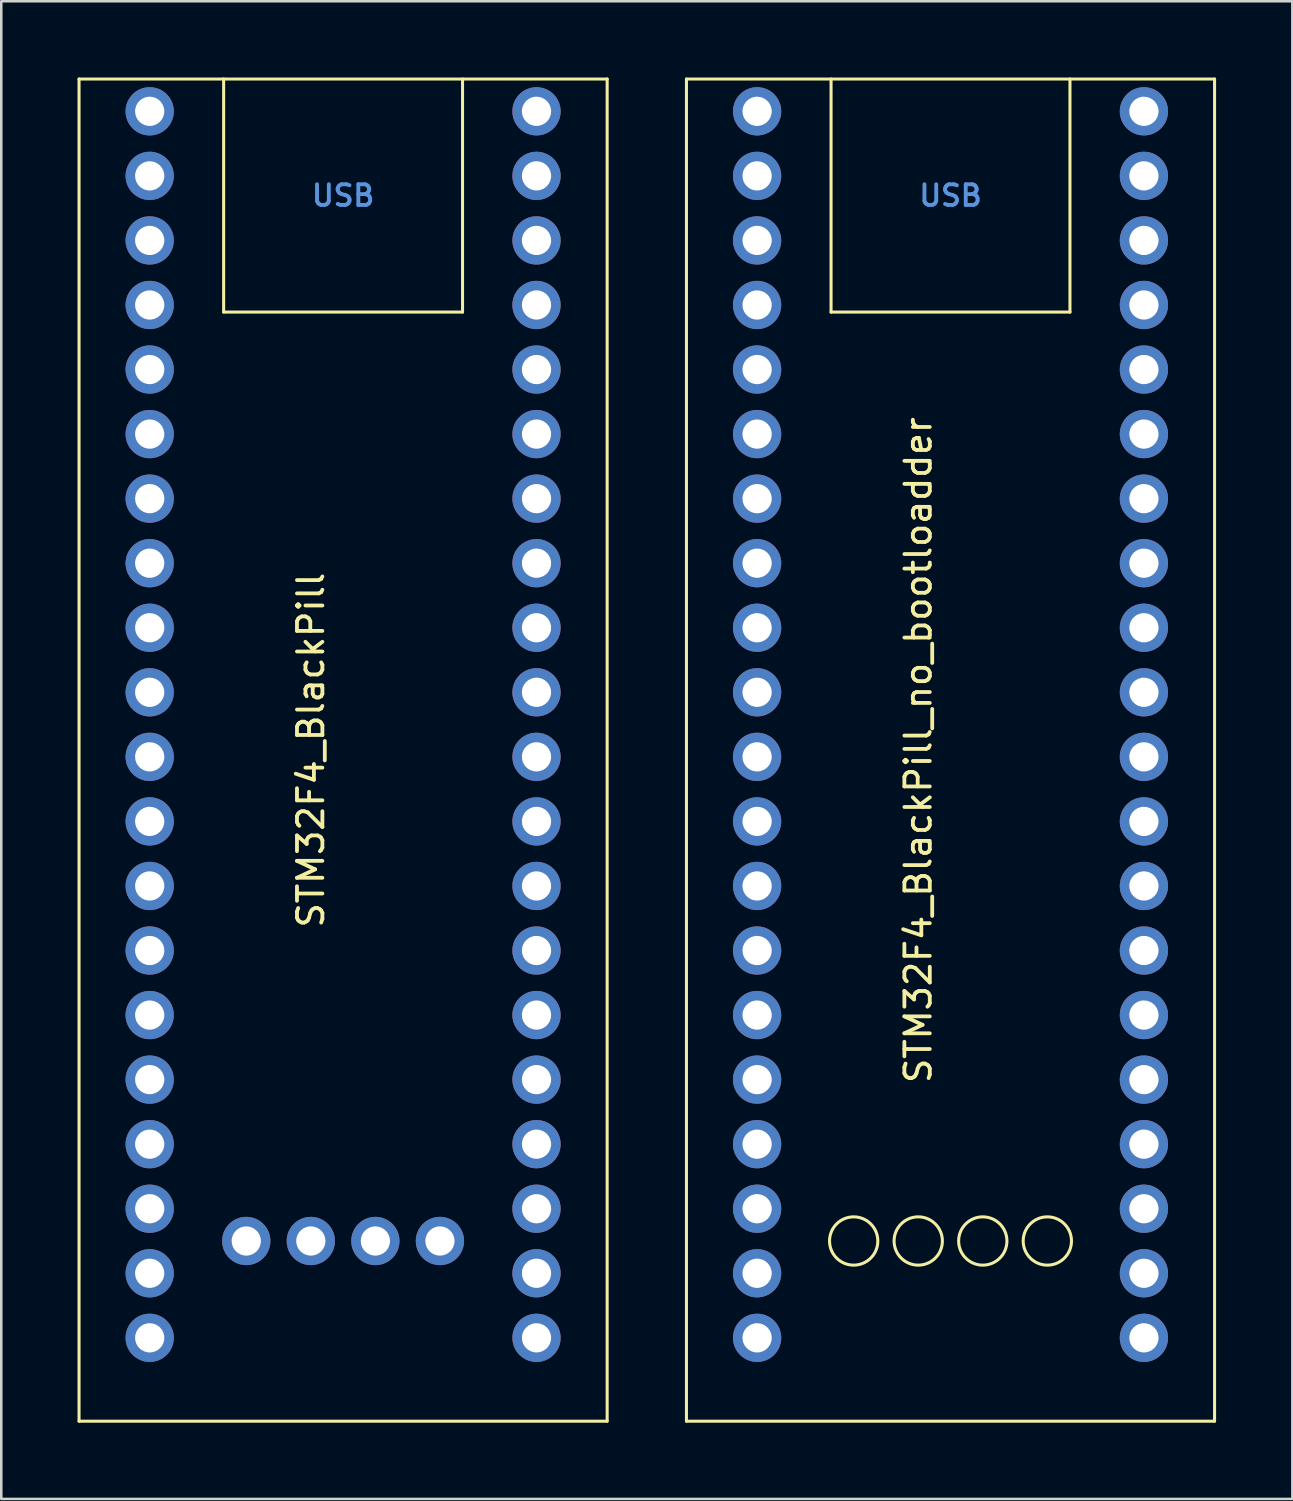
<source format=kicad_pcb>
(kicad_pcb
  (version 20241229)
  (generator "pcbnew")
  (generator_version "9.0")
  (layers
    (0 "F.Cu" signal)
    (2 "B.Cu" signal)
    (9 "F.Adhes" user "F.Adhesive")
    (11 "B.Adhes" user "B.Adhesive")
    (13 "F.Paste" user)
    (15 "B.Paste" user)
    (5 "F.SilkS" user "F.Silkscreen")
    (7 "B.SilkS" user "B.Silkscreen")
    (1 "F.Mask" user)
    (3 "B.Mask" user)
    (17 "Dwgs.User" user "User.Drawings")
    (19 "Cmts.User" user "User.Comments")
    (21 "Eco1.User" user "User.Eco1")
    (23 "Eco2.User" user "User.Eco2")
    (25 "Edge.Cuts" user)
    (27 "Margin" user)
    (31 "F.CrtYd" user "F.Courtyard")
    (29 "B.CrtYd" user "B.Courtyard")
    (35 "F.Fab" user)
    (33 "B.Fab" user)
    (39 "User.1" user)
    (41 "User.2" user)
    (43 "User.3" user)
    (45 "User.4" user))
  (footprint "STM32F4_BlackPill"
    (layer "F.Cu")
    (at 10.45 26.465)
    (property "Reference" "STM32F4_BlackPill" (at -1.27 0 90) (layer "F.SilkS") (effects (font (size 1 1) (thickness 0.15))))
    (attr through_hole)
    (fp_line (start -10.39 26.405) (end -10.39 -26.405) (stroke (width 0.12) (type solid)) (layer "F.SilkS"))
    (fp_line (start -4.7 -26.405) (end -4.7 -17.235) (stroke (width 0.12) (type solid)) (layer "F.SilkS"))
    (fp_line (start -4.7 -17.235) (end 4.7 -17.235) (stroke (width 0.12) (type solid)) (layer "F.SilkS"))
    (fp_line (start 4.7 -26.405) (end 4.7 -17.235) (stroke (width 0.12) (type solid)) (layer "F.SilkS"))
    (fp_line (start 10.39 -26.405) (end -10.39 -26.405) (stroke (width 0.12) (type solid)) (layer "F.SilkS"))
    (fp_line (start 10.39 26.405) (end -10.39 26.405) (stroke (width 0.12) (type solid)) (layer "F.SilkS"))
    (fp_line (start 10.39 26.405) (end 10.39 -26.405) (stroke (width 0.12) (type solid)) (layer "F.SilkS"))
    (fp_text user "USB" (at 0 -21.82 0) (layer "Cmts.User") (effects (font (size 0.813 0.813) (thickness 0.152))))
    (pad "1" thru_hole circle (at -7.61 -25.135) (size 1.9 1.9) (drill 1.15) (layers "*.Cu" "*.Mask"))
    (pad "2" thru_hole circle (at -7.61 -22.595) (size 1.9 1.9) (drill 1.15) (layers "*.Cu" "*.Mask"))
    (pad "3" thru_hole circle (at -7.61 -20.055) (size 1.9 1.9) (drill 1.15) (layers "*.Cu" "*.Mask"))
    (pad "4" thru_hole circle (at -7.61 -17.515) (size 1.9 1.9) (drill 1.15) (layers "*.Cu" "*.Mask"))
    (pad "5" thru_hole circle (at -7.61 -14.975) (size 1.9 1.9) (drill 1.15) (layers "*.Cu" "*.Mask"))
    (pad "6" thru_hole circle (at -7.61 -12.435) (size 1.9 1.9) (drill 1.15) (layers "*.Cu" "*.Mask"))
    (pad "7" thru_hole circle (at -7.61 -9.895) (size 1.9 1.9) (drill 1.15) (layers "*.Cu" "*.Mask"))
    (pad "8" thru_hole circle (at -7.61 -7.355) (size 1.9 1.9) (drill 1.15) (layers "*.Cu" "*.Mask"))
    (pad "9" thru_hole circle (at -7.61 -4.815) (size 1.9 1.9) (drill 1.15) (layers "*.Cu" "*.Mask"))
    (pad "10" thru_hole circle (at -7.61 -2.275) (size 1.9 1.9) (drill 1.15) (layers "*.Cu" "*.Mask"))
    (pad "11" thru_hole circle (at -7.61 0.265) (size 1.9 1.9) (drill 1.15) (layers "*.Cu" "*.Mask"))
    (pad "12" thru_hole circle (at -7.61 2.805) (size 1.9 1.9) (drill 1.15) (layers "*.Cu" "*.Mask"))
    (pad "13" thru_hole circle (at -7.61 5.345) (size 1.9 1.9) (drill 1.15) (layers "*.Cu" "*.Mask"))
    (pad "14" thru_hole circle (at -7.61 7.885) (size 1.9 1.9) (drill 1.15) (layers "*.Cu" "*.Mask"))
    (pad "15" thru_hole circle (at -7.61 10.425) (size 1.9 1.9) (drill 1.15) (layers "*.Cu" "*.Mask"))
    (pad "16" thru_hole circle (at -7.61 12.965) (size 1.9 1.9) (drill 1.15) (layers "*.Cu" "*.Mask"))
    (pad "17" thru_hole circle (at -7.61 15.505) (size 1.9 1.9) (drill 1.15) (layers "*.Cu" "*.Mask"))
    (pad "18" thru_hole circle (at -7.61 18.045) (size 1.9 1.9) (drill 1.15) (layers "*.Cu" "*.Mask"))
    (pad "19" thru_hole circle (at -7.61 20.585) (size 1.9 1.9) (drill 1.15) (layers "*.Cu" "*.Mask"))
    (pad "20" thru_hole circle (at -7.61 23.125) (size 1.9 1.9) (drill 1.15) (layers "*.Cu" "*.Mask"))
    (pad "21" thru_hole circle (at 7.61 23.125) (size 1.9 1.9) (drill 1.15) (layers "*.Cu" "*.Mask"))
    (pad "22" thru_hole circle (at 7.61 20.585) (size 1.9 1.9) (drill 1.15) (layers "*.Cu" "*.Mask"))
    (pad "23" thru_hole circle (at 7.61 18.045) (size 1.9 1.9) (drill 1.15) (layers "*.Cu" "*.Mask"))
    (pad "24" thru_hole circle (at 7.61 15.505) (size 1.9 1.9) (drill 1.15) (layers "*.Cu" "*.Mask"))
    (pad "25" thru_hole circle (at 7.61 12.965) (size 1.9 1.9) (drill 1.15) (layers "*.Cu" "*.Mask"))
    (pad "26" thru_hole circle (at 7.61 10.425) (size 1.9 1.9) (drill 1.15) (layers "*.Cu" "*.Mask"))
    (pad "27" thru_hole circle (at 7.61 7.885) (size 1.9 1.9) (drill 1.15) (layers "*.Cu" "*.Mask"))
    (pad "28" thru_hole circle (at 7.61 5.345) (size 1.9 1.9) (drill 1.15) (layers "*.Cu" "*.Mask"))
    (pad "29" thru_hole circle (at 7.61 2.805) (size 1.9 1.9) (drill 1.15) (layers "*.Cu" "*.Mask"))
    (pad "30" thru_hole circle (at 7.61 0.265) (size 1.9 1.9) (drill 1.15) (layers "*.Cu" "*.Mask"))
    (pad "31" thru_hole circle (at 7.61 -2.275) (size 1.9 1.9) (drill 1.15) (layers "*.Cu" "*.Mask"))
    (pad "32" thru_hole circle (at 7.61 -4.815) (size 1.9 1.9) (drill 1.15) (layers "*.Cu" "*.Mask"))
    (pad "33" thru_hole circle (at 7.61 -7.355) (size 1.9 1.9) (drill 1.15) (layers "*.Cu" "*.Mask"))
    (pad "34" thru_hole circle (at 7.61 -9.895) (size 1.9 1.9) (drill 1.15) (layers "*.Cu" "*.Mask"))
    (pad "35" thru_hole circle (at 7.61 -12.435) (size 1.9 1.9) (drill 1.15) (layers "*.Cu" "*.Mask"))
    (pad "36" thru_hole circle (at 7.61 -14.975) (size 1.9 1.9) (drill 1.15) (layers "*.Cu" "*.Mask"))
    (pad "37" thru_hole circle (at 7.61 -17.515) (size 1.9 1.9) (drill 1.15) (layers "*.Cu" "*.Mask"))
    (pad "38" thru_hole circle (at 7.61 -20.055) (size 1.9 1.9) (drill 1.15) (layers "*.Cu" "*.Mask"))
    (pad "39" thru_hole circle (at 7.61 -22.595) (size 1.9 1.9) (drill 1.15) (layers "*.Cu" "*.Mask"))
    (pad "40" thru_hole circle (at 7.61 -25.135) (size 1.9 1.9) (drill 1.15) (layers "*.Cu" "*.Mask"))
    (pad "41" thru_hole circle (at -3.81 19.315) (size 1.9 1.9) (drill 1.15) (layers "*.Cu" "*.Mask"))
    (pad "42" thru_hole circle (at -1.27 19.315) (size 1.9 1.9) (drill 1.15) (layers "*.Cu" "*.Mask"))
    (pad "43" thru_hole circle (at 1.27 19.315) (size 1.9 1.9) (drill 1.15) (layers "*.Cu" "*.Mask"))
    (pad "44" thru_hole circle (at 3.81 19.315) (size 1.9 1.9) (drill 1.15) (layers "*.Cu" "*.Mask")))
  (footprint "STM32F4_BlackPill_no_bootloadder"
    (layer "F.Cu")
    (at 34.35 26.465)
    (property "Reference" "STM32F4_BlackPill_no_bootloadder" (at -1.27 0 90) (layer "F.SilkS") (effects (font (size 1 1) (thickness 0.15))))
    (attr through_hole)
    (fp_line (start -10.39 26.405) (end -10.39 -26.405) (stroke (width 0.12) (type solid)) (layer "F.SilkS"))
    (fp_line (start -4.7 -26.405) (end -4.7 -17.235) (stroke (width 0.12) (type solid)) (layer "F.SilkS"))
    (fp_line (start -4.7 -17.235) (end 4.7 -17.235) (stroke (width 0.12) (type solid)) (layer "F.SilkS"))
    (fp_line (start 4.7 -26.405) (end 4.7 -17.235) (stroke (width 0.12) (type solid)) (layer "F.SilkS"))
    (fp_line (start 10.39 -26.405) (end -10.39 -26.405) (stroke (width 0.12) (type solid)) (layer "F.SilkS"))
    (fp_line (start 10.39 26.405) (end -10.39 26.405) (stroke (width 0.12) (type solid)) (layer "F.SilkS"))
    (fp_line (start 10.39 26.405) (end 10.39 -26.405) (stroke (width 0.12) (type solid)) (layer "F.SilkS"))
    (fp_circle (center -3.81 19.315) (end -2.86 19.315) (stroke (width 0.12) (type solid)) (fill no) (layer "F.SilkS"))
    (fp_circle (center -1.27 19.315) (end -0.32 19.315) (stroke (width 0.12) (type solid)) (fill no) (layer "F.SilkS"))
    (fp_circle (center 1.27 19.315) (end 2.22 19.315) (stroke (width 0.12) (type solid)) (fill no) (layer "F.SilkS"))
    (fp_circle (center 3.81 19.315) (end 4.76 19.315) (stroke (width 0.12) (type solid)) (fill no) (layer "F.SilkS"))
    (fp_text user "USB" (at 0 -21.82 0) (layer "Cmts.User") (effects (font (size 0.813 0.813) (thickness 0.152))))
    (pad "1" thru_hole circle (at -7.61 -25.135) (size 1.9 1.9) (drill 1.15) (layers "*.Cu" "*.Mask"))
    (pad "2" thru_hole circle (at -7.61 -22.595) (size 1.9 1.9) (drill 1.15) (layers "*.Cu" "*.Mask"))
    (pad "3" thru_hole circle (at -7.61 -20.055) (size 1.9 1.9) (drill 1.15) (layers "*.Cu" "*.Mask"))
    (pad "4" thru_hole circle (at -7.61 -17.515) (size 1.9 1.9) (drill 1.15) (layers "*.Cu" "*.Mask"))
    (pad "5" thru_hole circle (at -7.61 -14.975) (size 1.9 1.9) (drill 1.15) (layers "*.Cu" "*.Mask"))
    (pad "6" thru_hole circle (at -7.61 -12.435) (size 1.9 1.9) (drill 1.15) (layers "*.Cu" "*.Mask"))
    (pad "7" thru_hole circle (at -7.61 -9.895) (size 1.9 1.9) (drill 1.15) (layers "*.Cu" "*.Mask"))
    (pad "8" thru_hole circle (at -7.61 -7.355) (size 1.9 1.9) (drill 1.15) (layers "*.Cu" "*.Mask"))
    (pad "9" thru_hole circle (at -7.61 -4.815) (size 1.9 1.9) (drill 1.15) (layers "*.Cu" "*.Mask"))
    (pad "10" thru_hole circle (at -7.61 -2.275) (size 1.9 1.9) (drill 1.15) (layers "*.Cu" "*.Mask"))
    (pad "11" thru_hole circle (at -7.61 0.265) (size 1.9 1.9) (drill 1.15) (layers "*.Cu" "*.Mask"))
    (pad "12" thru_hole circle (at -7.61 2.805) (size 1.9 1.9) (drill 1.15) (layers "*.Cu" "*.Mask"))
    (pad "13" thru_hole circle (at -7.61 5.345) (size 1.9 1.9) (drill 1.15) (layers "*.Cu" "*.Mask"))
    (pad "14" thru_hole circle (at -7.61 7.885) (size 1.9 1.9) (drill 1.15) (layers "*.Cu" "*.Mask"))
    (pad "15" thru_hole circle (at -7.61 10.425) (size 1.9 1.9) (drill 1.15) (layers "*.Cu" "*.Mask"))
    (pad "16" thru_hole circle (at -7.61 12.965) (size 1.9 1.9) (drill 1.15) (layers "*.Cu" "*.Mask"))
    (pad "17" thru_hole circle (at -7.61 15.505) (size 1.9 1.9) (drill 1.15) (layers "*.Cu" "*.Mask"))
    (pad "18" thru_hole circle (at -7.61 18.045) (size 1.9 1.9) (drill 1.15) (layers "*.Cu" "*.Mask"))
    (pad "19" thru_hole circle (at -7.61 20.585) (size 1.9 1.9) (drill 1.15) (layers "*.Cu" "*.Mask"))
    (pad "20" thru_hole circle (at -7.61 23.125) (size 1.9 1.9) (drill 1.15) (layers "*.Cu" "*.Mask"))
    (pad "21" thru_hole circle (at 7.61 23.125) (size 1.9 1.9) (drill 1.15) (layers "*.Cu" "*.Mask"))
    (pad "22" thru_hole circle (at 7.61 20.585) (size 1.9 1.9) (drill 1.15) (layers "*.Cu" "*.Mask"))
    (pad "23" thru_hole circle (at 7.61 18.045) (size 1.9 1.9) (drill 1.15) (layers "*.Cu" "*.Mask"))
    (pad "24" thru_hole circle (at 7.61 15.505) (size 1.9 1.9) (drill 1.15) (layers "*.Cu" "*.Mask"))
    (pad "25" thru_hole circle (at 7.61 12.965) (size 1.9 1.9) (drill 1.15) (layers "*.Cu" "*.Mask"))
    (pad "26" thru_hole circle (at 7.61 10.425) (size 1.9 1.9) (drill 1.15) (layers "*.Cu" "*.Mask"))
    (pad "27" thru_hole circle (at 7.61 7.885) (size 1.9 1.9) (drill 1.15) (layers "*.Cu" "*.Mask"))
    (pad "28" thru_hole circle (at 7.61 5.345) (size 1.9 1.9) (drill 1.15) (layers "*.Cu" "*.Mask"))
    (pad "29" thru_hole circle (at 7.61 2.805) (size 1.9 1.9) (drill 1.15) (layers "*.Cu" "*.Mask"))
    (pad "30" thru_hole circle (at 7.61 0.265) (size 1.9 1.9) (drill 1.15) (layers "*.Cu" "*.Mask"))
    (pad "31" thru_hole circle (at 7.61 -2.275) (size 1.9 1.9) (drill 1.15) (layers "*.Cu" "*.Mask"))
    (pad "32" thru_hole circle (at 7.61 -4.815) (size 1.9 1.9) (drill 1.15) (layers "*.Cu" "*.Mask"))
    (pad "33" thru_hole circle (at 7.61 -7.355) (size 1.9 1.9) (drill 1.15) (layers "*.Cu" "*.Mask"))
    (pad "34" thru_hole circle (at 7.61 -9.895) (size 1.9 1.9) (drill 1.15) (layers "*.Cu" "*.Mask"))
    (pad "35" thru_hole circle (at 7.61 -12.435) (size 1.9 1.9) (drill 1.15) (layers "*.Cu" "*.Mask"))
    (pad "36" thru_hole circle (at 7.61 -14.975) (size 1.9 1.9) (drill 1.15) (layers "*.Cu" "*.Mask"))
    (pad "37" thru_hole circle (at 7.61 -17.515) (size 1.9 1.9) (drill 1.15) (layers "*.Cu" "*.Mask"))
    (pad "38" thru_hole circle (at 7.61 -20.055) (size 1.9 1.9) (drill 1.15) (layers "*.Cu" "*.Mask"))
    (pad "39" thru_hole circle (at 7.61 -22.595) (size 1.9 1.9) (drill 1.15) (layers "*.Cu" "*.Mask"))
    (pad "40" thru_hole circle (at 7.61 -25.135) (size 1.9 1.9) (drill 1.15) (layers "*.Cu" "*.Mask")))
  (gr_rect
    (start -3 -3)
    (end 47.8 55.93)
    (stroke (width 0.1) (type default))
    (fill no)
    (layer "Edge.Cuts")))
</source>
